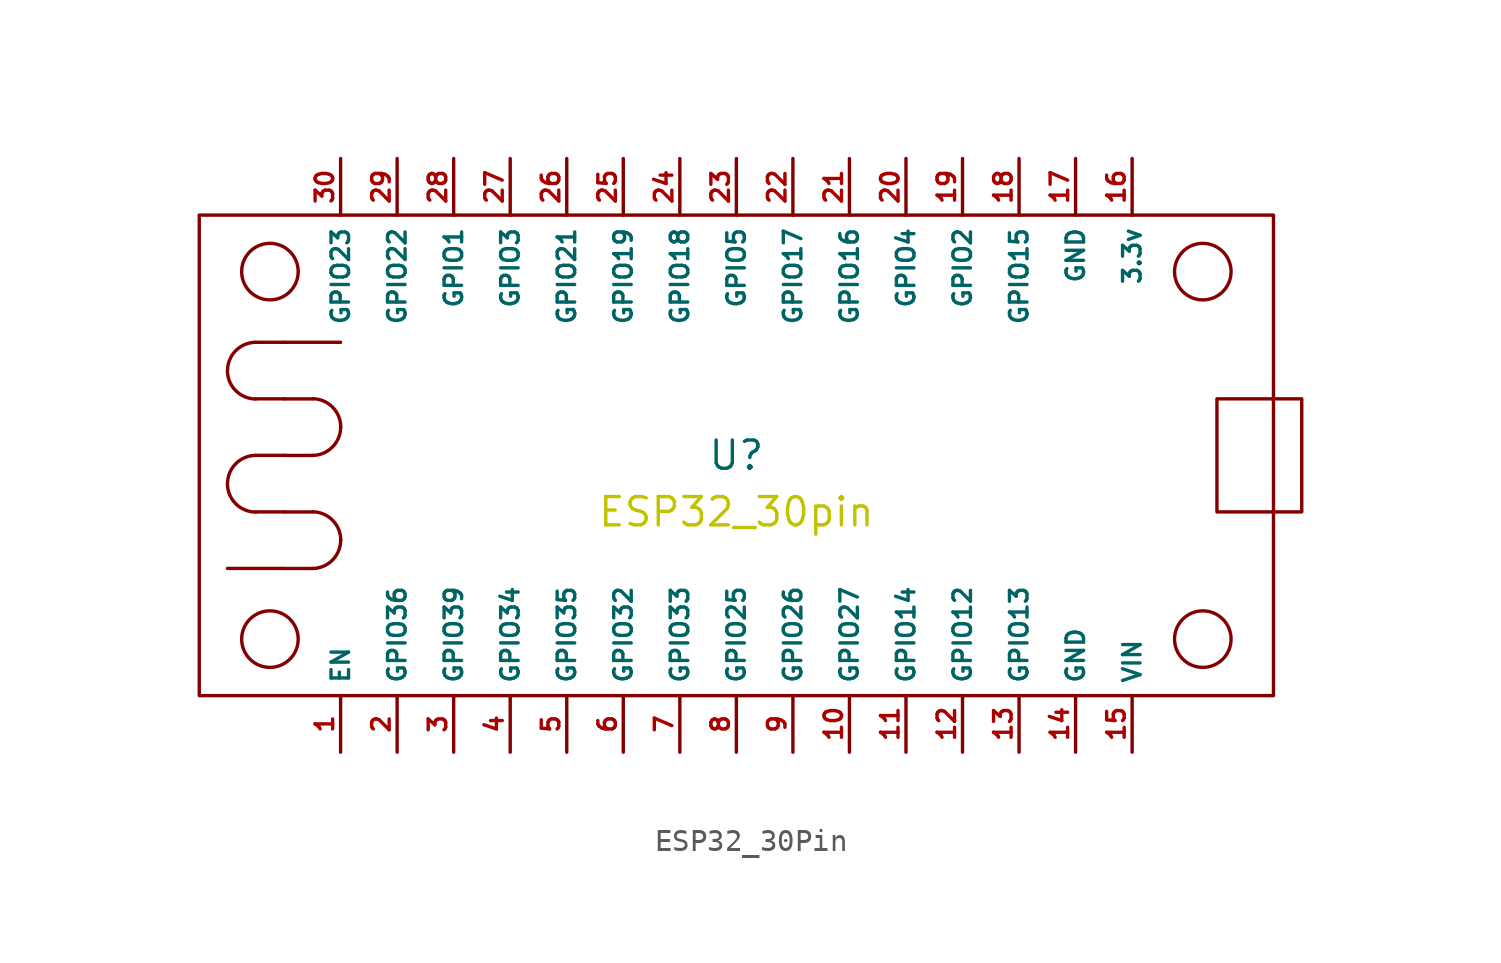
<source format=kicad_sym>
(kicad_symbol_lib
  (version 20241209)
  (generator "kicad_symbol_editor")
  (generator_version "9.0")
  (symbol "ESP32_30Pin"
    (property "Reference" "U"
      (at 0 0 0)
      (effects (font (size 1.27 1.27))))
    (property "Value" ""
      (at 0 0 0)
      (effects (font (size 1.27 1.27))))
    (property "Footprint" "ESP32_30pin"
      (at 0 -2.54 0)
      (effects (font (size 1.27 1.27) (color 194 194 0 1))))
    (symbol "ESP32_30Pin_0_1"
      (rectangle (start -24.13 10.795) (end 24.13 -10.795) (stroke (width 0) (type default)) (fill (type none)))
      (polyline (pts (xy -21.59 5.08) (xy -20.32 5.08)) (stroke (width 0) (type default)) (fill (type none)))
      (polyline (pts (xy -21.59 2.54) (xy -20.32 2.54)) (stroke (width 0) (type default)) (fill (type none)))
      (polyline (pts (xy -21.59 0) (xy -20.32 0)) (stroke (width 0) (type default)) (fill (type none)))
      (polyline (pts (xy -21.59 -2.54) (xy -20.32 -2.54)) (stroke (width 0) (type default)) (fill (type none)))
      (arc (start -21.5975 2.5325) (mid -22.4933 2.9067) (end -22.8675 3.8025) (stroke (width 0) (type default)) (fill (type none)))
      (arc (start -21.5975 -2.5475) (mid -22.4933 -2.1733) (end -22.8675 -1.2775) (stroke (width 0) (type default)) (fill (type none)))
      (arc (start -22.86 3.81) (mid -22.4873 4.7073) (end -21.59 5.08) (stroke (width 0) (type default)) (fill (type none)))
      (arc (start -22.86 -1.27) (mid -22.4873 -0.3727) (end -21.59 0) (stroke (width 0) (type default)) (fill (type none)))
      (circle (center -20.955 8.255) (radius 1.27) (stroke (width 0) (type default)) (fill (type none)))
      (circle (center -20.955 -8.255) (radius 1.27) (stroke (width 0) (type default)) (fill (type none)))
      (polyline (pts (xy -20.32 5.08) (xy -17.78 5.08)) (stroke (width 0) (type default)) (fill (type none)))
      (polyline (pts (xy -20.32 -5.08) (xy -22.86 -5.08)) (stroke (width 0) (type default)) (fill (type none)))
      (arc (start -17.7775 1.2675) (mid -18.1502 0.3702) (end -19.0475 -0.0025) (stroke (width 0) (type default)) (fill (type none)))
      (arc (start -17.7775 -3.8125) (mid -18.1502 -4.7098) (end -19.0475 -5.0825) (stroke (width 0) (type default)) (fill (type none)))
      (arc (start -19.04 2.545) (mid -18.1442 2.1708) (end -17.77 1.275) (stroke (width 0) (type default)) (fill (type none)))
      (arc (start -19.04 -2.535) (mid -18.1442 -2.9092) (end -17.77 -3.805) (stroke (width 0) (type default)) (fill (type none)))
      (polyline (pts (xy -19.047 2.538) (xy -20.317 2.538)) (stroke (width 0) (type default)) (fill (type none)))
      (polyline (pts (xy -19.047 -0.003) (xy -20.317 -0.003)) (stroke (width 0) (type default)) (fill (type none)))
      (polyline (pts (xy -19.047 -2.542) (xy -20.317 -2.542)) (stroke (width 0) (type default)) (fill (type none)))
      (polyline (pts (xy -19.047 -5.082) (xy -20.317 -5.082)) (stroke (width 0) (type default)) (fill (type none)))
      (circle (center 20.955 8.255) (radius 1.27) (stroke (width 0) (type default)) (fill (type none)))
      (circle (center 20.955 -8.255) (radius 1.27) (stroke (width 0) (type default)) (fill (type none)))
      (rectangle (start 21.59 2.54) (end 25.4 -2.54) (stroke (width 0) (type default)) (fill (type none))))
    (symbol "ESP32_30Pin_1_1"
      (pin bidirectional line (at -17.78 13.335 270) (length 2.54) (name "GPIO23" (effects (font (size 0.787 0.787)))) (number "30" (effects (font (size 0.787 0.787)))))
      (pin bidirectional line (at -17.78 -13.335 90) (length 2.54) (name "EN" (effects (font (size 0.787 0.787)))) (number "1" (effects (font (size 0.787 0.787)))))
      (pin bidirectional line (at -15.24 13.335 270) (length 2.54) (name "GPIO22" (effects (font (size 0.787 0.787)))) (number "29" (effects (font (size 0.787 0.787)))))
      (pin bidirectional line (at -15.24 -13.335 90) (length 2.54) (name "GPIO36" (effects (font (size 0.787 0.787)))) (number "2" (effects (font (size 0.787 0.787)))))
      (pin bidirectional line (at -12.7 13.335 270) (length 2.54) (name "GPIO1" (effects (font (size 0.787 0.787)))) (number "28" (effects (font (size 0.787 0.787)))))
      (pin bidirectional line (at -12.7 -13.335 90) (length 2.54) (name "GPIO39" (effects (font (size 0.787 0.787)))) (number "3" (effects (font (size 0.787 0.787)))))
      (pin bidirectional line (at -10.16 13.335 270) (length 2.54) (name "GPIO3" (effects (font (size 0.787 0.787)))) (number "27" (effects (font (size 0.787 0.787)))))
      (pin bidirectional line (at -10.16 -13.335 90) (length 2.54) (name "GPIO34" (effects (font (size 0.787 0.787)))) (number "4" (effects (font (size 0.787 0.787)))))
      (pin bidirectional line (at -7.62 13.335 270) (length 2.54) (name "GPIO21" (effects (font (size 0.787 0.787)))) (number "26" (effects (font (size 0.787 0.787)))))
      (pin bidirectional line (at -7.62 -13.335 90) (length 2.54) (name "GPIO35" (effects (font (size 0.787 0.787)))) (number "5" (effects (font (size 0.787 0.787)))))
      (pin bidirectional line (at -5.08 13.335 270) (length 2.54) (name "GPIO19" (effects (font (size 0.787 0.787)))) (number "25" (effects (font (size 0.787 0.787)))))
      (pin bidirectional line (at -5.08 -13.335 90) (length 2.54) (name "GPIO32" (effects (font (size 0.787 0.787)))) (number "6" (effects (font (size 0.787 0.787)))))
      (pin bidirectional line (at -2.54 13.335 270) (length 2.54) (name "GPIO18" (effects (font (size 0.787 0.787)))) (number "24" (effects (font (size 0.787 0.787)))))
      (pin bidirectional line (at -2.54 -13.335 90) (length 2.54) (name "GPIO33" (effects (font (size 0.787 0.787)))) (number "7" (effects (font (size 0.787 0.787)))))
      (pin bidirectional line (at 0 13.335 270) (length 2.54) (name "GPIO5" (effects (font (size 0.787 0.787)))) (number "23" (effects (font (size 0.787 0.787)))))
      (pin bidirectional line (at 0 -13.335 90) (length 2.54) (name "GPIO25" (effects (font (size 0.787 0.787)))) (number "8" (effects (font (size 0.787 0.787)))))
      (pin bidirectional line (at 2.54 13.335 270) (length 2.54) (name "GPIO17" (effects (font (size 0.787 0.787)))) (number "22" (effects (font (size 0.787 0.787)))))
      (pin bidirectional line (at 2.54 -13.335 90) (length 2.54) (name "GPIO26" (effects (font (size 0.787 0.787)))) (number "9" (effects (font (size 0.787 0.787)))))
      (pin bidirectional line (at 5.08 13.335 270) (length 2.54) (name "GPIO16" (effects (font (size 0.787 0.787)))) (number "21" (effects (font (size 0.787 0.787)))))
      (pin bidirectional line (at 5.08 -13.335 90) (length 2.54) (name "GPIO27" (effects (font (size 0.787 0.787)))) (number "10" (effects (font (size 0.787 0.787)))))
      (pin bidirectional line (at 7.62 13.335 270) (length 2.54) (name "GPIO4" (effects (font (size 0.787 0.787)))) (number "20" (effects (font (size 0.787 0.787)))))
      (pin bidirectional line (at 7.62 -13.335 90) (length 2.54) (name "GPIO14" (effects (font (size 0.787 0.787)))) (number "11" (effects (font (size 0.787 0.787)))))
      (pin bidirectional line (at 10.16 13.335 270) (length 2.54) (name "GPIO2" (effects (font (size 0.787 0.787)))) (number "19" (effects (font (size 0.787 0.787)))))
      (pin bidirectional line (at 10.16 -13.335 90) (length 2.54) (name "GPIO12" (effects (font (size 0.787 0.787)))) (number "12" (effects (font (size 0.787 0.787)))))
      (pin bidirectional line (at 12.7 13.335 270) (length 2.54) (name "GPIO15" (effects (font (size 0.787 0.787)))) (number "18" (effects (font (size 0.787 0.787)))))
      (pin bidirectional line (at 12.7 -13.335 90) (length 2.54) (name "GPIO13" (effects (font (size 0.787 0.787)))) (number "13" (effects (font (size 0.787 0.787)))))
      (pin power_in line (at 15.24 13.335 270) (length 2.54) (name "GND" (effects (font (size 0.787 0.787)))) (number "17" (effects (font (size 0.787 0.787)))))
      (pin bidirectional line (at 15.24 -13.335 90) (length 2.54) (name "GND" (effects (font (size 0.787 0.787)))) (number "14" (effects (font (size 0.787 0.787)))))
      (pin output line (at 17.78 13.335 270) (length 2.54) (name "3.3v" (effects (font (size 0.787 0.787)))) (number "16" (effects (font (size 0.787 0.787)))))
      (pin power_out line (at 17.78 -13.335 90) (length 2.54) (name "VIN" (effects (font (size 0.787 0.787)))) (number "15" (effects (font (size 0.787 0.787))))))))
</source>
